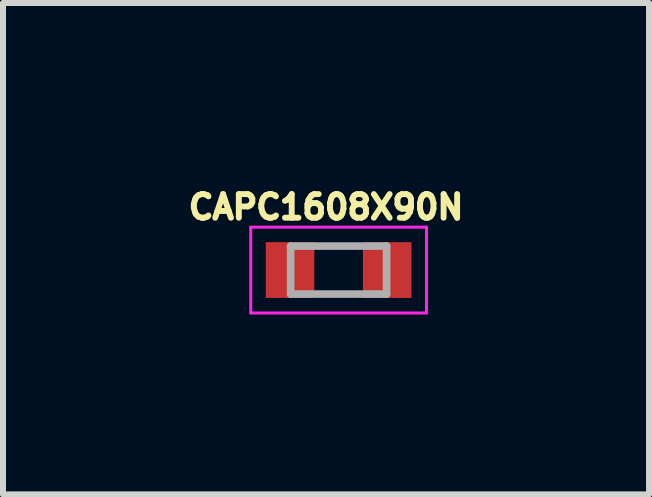
<source format=kicad_pcb>
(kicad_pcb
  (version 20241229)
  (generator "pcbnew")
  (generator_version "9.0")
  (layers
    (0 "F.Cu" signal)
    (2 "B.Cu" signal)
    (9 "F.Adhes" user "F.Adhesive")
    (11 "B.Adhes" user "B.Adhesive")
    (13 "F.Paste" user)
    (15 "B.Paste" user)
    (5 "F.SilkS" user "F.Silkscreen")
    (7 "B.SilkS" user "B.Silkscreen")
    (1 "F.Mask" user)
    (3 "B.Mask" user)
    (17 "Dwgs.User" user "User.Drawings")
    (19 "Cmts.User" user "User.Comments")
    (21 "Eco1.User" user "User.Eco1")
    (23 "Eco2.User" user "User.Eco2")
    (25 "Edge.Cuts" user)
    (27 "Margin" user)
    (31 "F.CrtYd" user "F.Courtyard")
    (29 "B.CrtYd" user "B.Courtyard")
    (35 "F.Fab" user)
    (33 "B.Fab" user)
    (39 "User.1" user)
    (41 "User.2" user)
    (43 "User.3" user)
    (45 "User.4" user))
  (footprint "CAPC1608X90N"
    (layer "F.Cu")
    (at 2.596 1.453)
    (property "Reference" "CAPC1608X90N" (at -0.21 -1.05 0) (layer "F.SilkS") (effects (font (size 0.394 0.394) (thickness 0.15))))
    (attr smd)
    (fp_line (start -1.465 -0.715) (end 1.465 -0.715) (stroke (width 0.05) (type solid)) (layer "F.CrtYd"))
    (fp_line (start -1.465 0.715) (end -1.465 -0.715) (stroke (width 0.05) (type solid)) (layer "F.CrtYd"))
    (fp_line (start -1.465 0.715) (end 1.465 0.715) (stroke (width 0.05) (type solid)) (layer "F.CrtYd"))
    (fp_line (start 1.465 0.715) (end 1.465 -0.715) (stroke (width 0.05) (type solid)) (layer "F.CrtYd"))
    (fp_line (start -0.8 0.4) (end -0.8 -0.4) (stroke (width 0.127) (type solid)) (layer "F.Fab"))
    (fp_line (start 0.8 -0.4) (end -0.8 -0.4) (stroke (width 0.127) (type solid)) (layer "F.Fab"))
    (fp_line (start 0.8 0.4) (end -0.8 0.4) (stroke (width 0.127) (type solid)) (layer "F.Fab"))
    (fp_line (start 0.8 0.4) (end 0.8 -0.4) (stroke (width 0.127) (type solid)) (layer "F.Fab"))
    (pad "1" smd rect (at -0.81 0) (size 0.81 0.93) (layers "F.Cu" "F.Mask" "F.Paste"))
    (pad "2" smd rect (at 0.81 0) (size 0.81 0.93) (layers "F.Cu" "F.Mask" "F.Paste")))
  (gr_rect
    (start -3 -3)
    (end 7.772 5.193)
    (stroke (width 0.1) (type default))
    (fill no)
    (layer "Edge.Cuts")))
</source>
